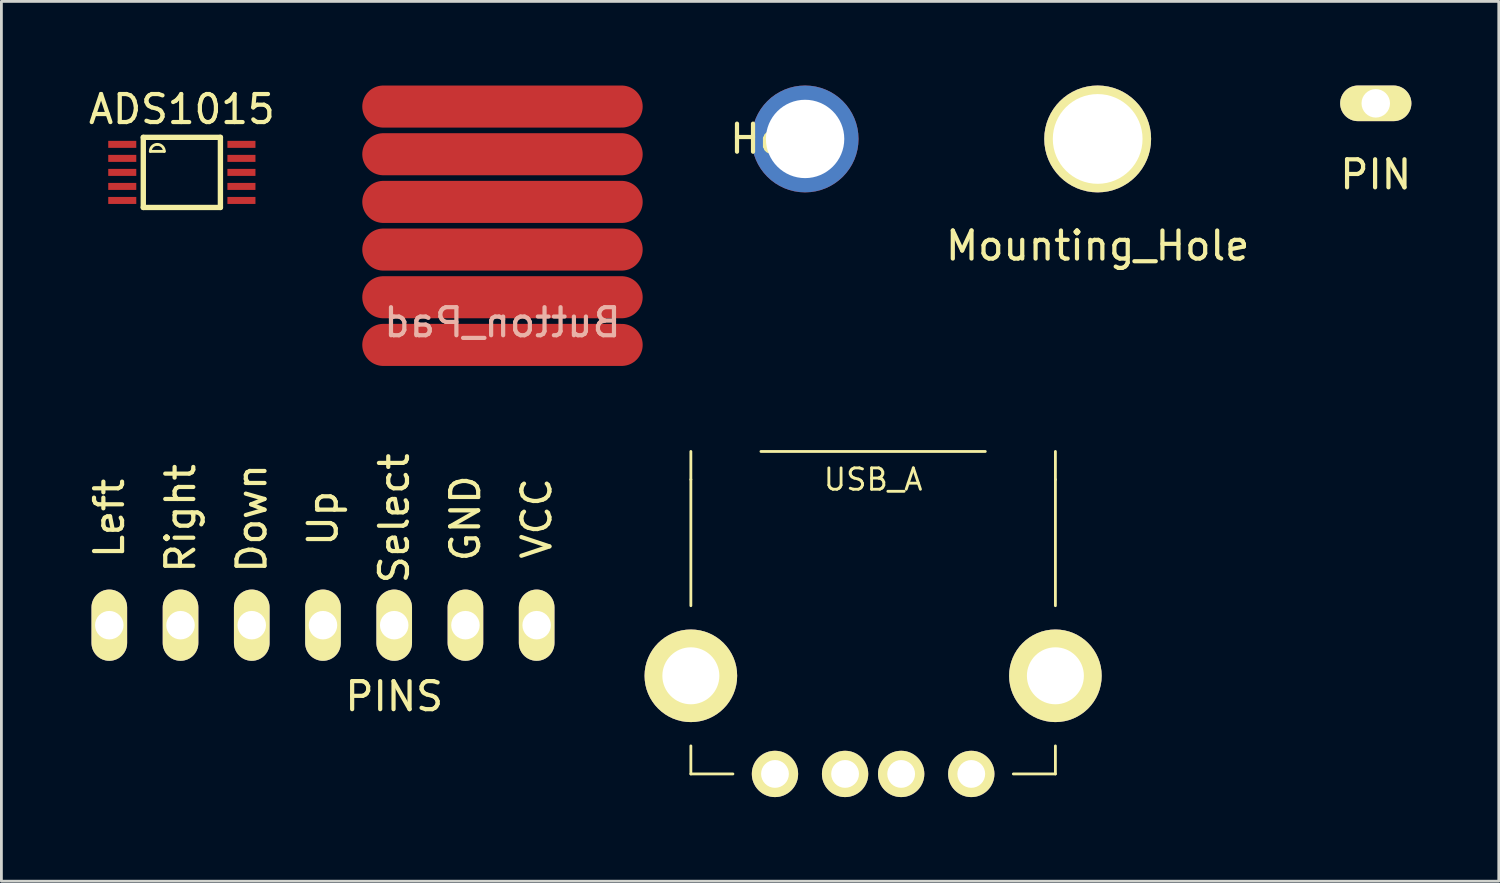
<source format=kicad_pcb>
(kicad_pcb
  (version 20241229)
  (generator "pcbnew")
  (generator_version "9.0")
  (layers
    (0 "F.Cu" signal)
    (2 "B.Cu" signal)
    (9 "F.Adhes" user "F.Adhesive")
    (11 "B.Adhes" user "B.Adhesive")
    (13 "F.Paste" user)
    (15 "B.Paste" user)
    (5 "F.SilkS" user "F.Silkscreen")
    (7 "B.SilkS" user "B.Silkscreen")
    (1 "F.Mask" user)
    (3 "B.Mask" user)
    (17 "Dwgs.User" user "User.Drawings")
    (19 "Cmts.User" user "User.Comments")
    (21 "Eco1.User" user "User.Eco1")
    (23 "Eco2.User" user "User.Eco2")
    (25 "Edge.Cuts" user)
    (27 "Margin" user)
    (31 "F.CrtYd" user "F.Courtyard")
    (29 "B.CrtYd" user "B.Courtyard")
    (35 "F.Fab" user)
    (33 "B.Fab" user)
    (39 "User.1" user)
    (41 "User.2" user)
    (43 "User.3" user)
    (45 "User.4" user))
  (footprint "USB_A"
    (layer "F.Cu")
    (at 28.087 19.05)
    (property "Reference" "USB_A" (at 0 -5 0) (layer "F.SilkS") (effects (font (size 0.762 0.762) (thickness 0.102))))
    (attr through_hole)
    (fp_line (start -6.5 -5) (end -6.5 -6) (stroke (width 0.1) (type solid)) (layer "F.SilkS"))
    (fp_line (start -6.5 -0.5) (end -6.5 -5) (stroke (width 0.1) (type solid)) (layer "F.SilkS"))
    (fp_line (start -6.5 4.5) (end -6.5 5.5) (stroke (width 0.1) (type solid)) (layer "F.SilkS"))
    (fp_line (start -6.5 5.5) (end -5 5.5) (stroke (width 0.1) (type solid)) (layer "F.SilkS"))
    (fp_line (start -4 -6) (end 4 -6) (stroke (width 0.1) (type solid)) (layer "F.SilkS"))
    (fp_line (start 6.5 -5) (end 6.5 -6) (stroke (width 0.1) (type solid)) (layer "F.SilkS"))
    (fp_line (start 6.5 -0.5) (end 6.5 -5) (stroke (width 0.1) (type solid)) (layer "F.SilkS"))
    (fp_line (start 6.5 4.5) (end 6.5 5.5) (stroke (width 0.1) (type solid)) (layer "F.SilkS"))
    (fp_line (start 6.5 5.5) (end 5 5.5) (stroke (width 0.1) (type solid)) (layer "F.SilkS"))
    (pad "1" thru_hole circle (at 3.5 5.5 270) (size 1.651 1.651) (drill 0.991) (layers "*.Cu" "*.Mask" "F.SilkS"))
    (pad "2" thru_hole circle (at 1 5.5 270) (size 1.651 1.651) (drill 0.991) (layers "*.Cu" "*.Mask" "F.SilkS"))
    (pad "3" thru_hole circle (at -1 5.5 270) (size 1.651 1.651) (drill 0.991) (layers "*.Cu" "*.Mask" "F.SilkS"))
    (pad "4" thru_hole circle (at -3.5 5.5 270) (size 1.651 1.651) (drill 0.991) (layers "*.Cu" "*.Mask" "F.SilkS"))
    (pad "5" thru_hole circle (at -6.5 2 270) (size 3.302 3.302) (drill 2.032) (layers "*.Cu" "*.Mask" "F.SilkS"))
    (pad "5" thru_hole circle (at 6.5 2 270) (size 3.302 3.302) (drill 2.032) (layers "*.Cu" "*.Mask" "F.SilkS")))
  (footprint "Hole"
    (layer "F.Cu")
    (at 25.661 1.905)
    (property "Reference" "Hole" (at -1 0 0) (layer "F.SilkS") (effects (font (size 1 1) (thickness 0.15))))
    (attr through_hole)
    (pad "1" thru_hole circle (at 0 0) (size 3.81 3.81) (drill 2.794) (layers "*.Cu" "*.Mask")))
  (footprint "Button_Pad"
    (layer "F.Cu")
    (at 14.869 4.95)
    (property "Reference" "Button_Pad" (at 0 3.5 0) (layer "B.SilkS") (effects (font (size 1 1) (thickness 0.15)) (justify mirror)))
    (attr through_hole)
    (pad "1" smd oval (at 0 -4.2) (size 10 1.5) (layers "F.Cu" "F.Mask" "F.Paste"))
    (pad "2" smd oval (at 0 -2.5) (size 10 1.5) (layers "F.Cu" "F.Mask" "F.Paste"))
    (pad "3" smd oval (at 0 -0.8) (size 10 1.5) (layers "F.Cu" "F.Mask" "F.Paste"))
    (pad "4" smd oval (at 0 0.9) (size 10 1.5) (layers "F.Cu" "F.Mask" "F.Paste"))
    (pad "5" smd oval (at 0 2.6) (size 10 1.5) (layers "F.Cu" "F.Mask" "F.Paste"))
    (pad "6" smd oval (at 0 4.3) (size 10 1.5) (layers "F.Cu" "F.Mask" "F.Paste")))
  (footprint "PINS"
    (layer "F.Cu")
    (at 8.468 19.245)
    (property "Reference" "PINS" (at 2.54 2.54 0) (layer "F.SilkS") (effects (font (size 1 1) (thickness 0.15))))
    (attr through_hole)
    (fp_text user "Down" (at -2.54 -3.81 90) (layer "F.SilkS") (effects (font (size 1 1) (thickness 0.15))))
    (fp_text user "Left" (at -7.62 -3.81 90) (layer "F.SilkS") (effects (font (size 1 1) (thickness 0.15))))
    (fp_text user "Right" (at -5.08 -3.81 90) (layer "F.SilkS") (effects (font (size 1 1) (thickness 0.15))))
    (fp_text user "GND" (at 5.08 -3.81 90) (layer "F.SilkS") (effects (font (size 1 1) (thickness 0.15))))
    (fp_text user "Select" (at 2.54 -3.81 90) (layer "F.SilkS") (effects (font (size 1 1) (thickness 0.15))))
    (fp_text user "VCC" (at 7.62 -3.81 90) (layer "F.SilkS") (effects (font (size 1 1) (thickness 0.15))))
    (fp_text user "Up" (at 0 -3.81 90) (layer "F.SilkS") (effects (font (size 1 1) (thickness 0.15))))
    (pad "1" thru_hole oval (at -7.62 0 90) (size 2.54 1.27) (drill 1.016) (layers "*.Cu" "*.Mask" "F.SilkS"))
    (pad "2" thru_hole oval (at -5.08 0 90) (size 2.54 1.27) (drill 1.016) (layers "*.Cu" "*.Mask" "F.SilkS"))
    (pad "3" thru_hole oval (at -2.54 0 90) (size 2.54 1.27) (drill 1.016) (layers "*.Cu" "*.Mask" "F.SilkS"))
    (pad "4" thru_hole oval (at 0 0 90) (size 2.54 1.27) (drill 1.016) (layers "*.Cu" "*.Mask" "F.SilkS"))
    (pad "5" thru_hole oval (at 2.54 0 90) (size 2.54 1.27) (drill 1.016) (layers "*.Cu" "*.Mask" "F.SilkS"))
    (pad "6" thru_hole oval (at 5.08 0 90) (size 2.54 1.27) (drill 1.016) (layers "*.Cu" "*.Mask" "F.SilkS"))
    (pad "7" thru_hole oval (at 7.62 0 90) (size 2.54 1.27) (drill 1.016) (layers "*.Cu" "*.Mask" "F.SilkS")))
  (footprint "ADS1015"
    (layer "F.Cu")
    (at 3.435 3.098)
    (property "Reference" "ADS1015" (at 0 -2.25 0) (layer "F.SilkS") (effects (font (size 1 1) (thickness 0.15))))
    (attr through_hole)
    (fp_line (start -1.375 -1.25) (end -1.375 1.25) (stroke (width 0.191) (type solid)) (layer "F.SilkS"))
    (fp_line (start -1.375 1.25) (end 1.375 1.25) (stroke (width 0.191) (type solid)) (layer "F.SilkS"))
    (fp_line (start -0.625 -0.75) (end -1.125 -0.75) (stroke (width 0.1) (type solid)) (layer "F.SilkS"))
    (fp_line (start 1.375 -1.25) (end -1.375 -1.25) (stroke (width 0.191) (type solid)) (layer "F.SilkS"))
    (fp_line (start 1.375 1.25) (end 1.375 -1.25) (stroke (width 0.191) (type solid)) (layer "F.SilkS"))
    (fp_arc (start -1.125 -0.75) (mid -1.051777 -0.926777) (end -0.875 -1) (stroke (width 0.1) (type solid)) (layer "F.SilkS"))
    (fp_arc (start -0.875 -1) (mid -0.698223 -0.926777) (end -0.625 -0.75) (stroke (width 0.1) (type solid)) (layer "F.SilkS"))
    (pad "1" smd rect (at -2.125 -1) (size 1 0.25) (layers "F.Cu" "F.Mask" "F.Paste"))
    (pad "2" smd rect (at -2.125 -0.5) (size 1 0.25) (layers "F.Cu" "F.Mask" "F.Paste"))
    (pad "3" smd rect (at -2.125 0) (size 1 0.25) (layers "F.Cu" "F.Mask" "F.Paste"))
    (pad "4" smd rect (at -2.125 0.5) (size 1 0.25) (layers "F.Cu" "F.Mask" "F.Paste"))
    (pad "5" smd rect (at -2.125 1) (size 1 0.25) (layers "F.Cu" "F.Mask" "F.Paste"))
    (pad "6" smd rect (at 2.125 1) (size 1 0.25) (layers "F.Cu" "F.Mask" "F.Paste"))
    (pad "7" smd rect (at 2.125 0.5) (size 1 0.25) (layers "F.Cu" "F.Mask" "F.Paste"))
    (pad "8" smd rect (at 2.125 0) (size 1 0.25) (layers "F.Cu" "F.Mask" "F.Paste"))
    (pad "9" smd rect (at 2.125 -0.5) (size 1 0.25) (layers "F.Cu" "F.Mask" "F.Paste"))
    (pad "10" smd rect (at 2.125 -1) (size 1 0.25) (layers "F.Cu" "F.Mask" "F.Paste")))
  (footprint "Mounting_Hole"
    (layer "F.Cu")
    (at 36.095 1.905)
    (property "Reference" "Mounting_Hole" (at 0 3.81 0) (layer "F.SilkS") (effects (font (size 1 1) (thickness 0.15))))
    (attr through_hole)
    (pad "" thru_hole circle (at 0 0 90) (size 3.81 3.81) (drill 3.2) (layers "*.Cu" "*.Mask" "F.SilkS")))
  (footprint "PIN"
    (layer "F.Cu")
    (at 46.012 0.635)
    (property "Reference" "PIN" (at 0 2.54 0) (layer "F.SilkS") (effects (font (size 1 1) (thickness 0.15))))
    (attr through_hole)
    (pad "1" thru_hole oval (at 0 0) (size 2.54 1.27) (drill 1.016) (layers "*.Cu" "*.Mask" "F.SilkS")))
  (gr_rect
    (start -3 -3)
    (end 50.399 28.375)
    (stroke (width 0.1) (type default))
    (fill no)
    (layer "Edge.Cuts")))
</source>
